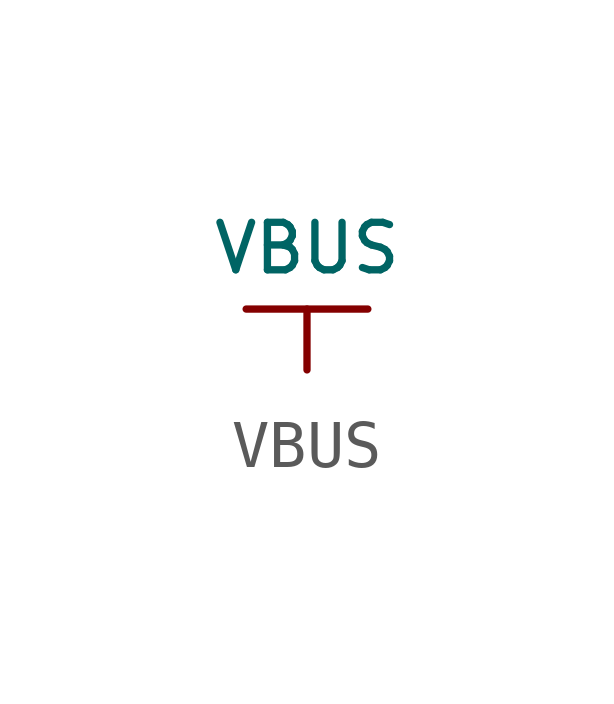
<source format=kicad_sym>
(kicad_symbol_lib
  (version 20220914)
  (generator kicad_symbol_editor)
  (symbol "VBUS"
    (power)
    (pin_numbers hide)
    (pin_names
      (offset 0) hide)
    (property "Reference" "#PWR"
      (at 0 -2.54 0)
      (effects (font (size 1.524 1.524)) hide))
    (property "Value" "VBUS"
      (at 0 1.27 0)
      (effects (font (size 0.991 0.991))))
    (property "Footprint" ""
      (at 0 0 0)
      (effects (font (size 1.524 1.524))))
    (property "Datasheet" ""
      (at 0 0 0)
      (effects (font (size 1.524 1.524))))
    (symbol "VBUS_0_1"
      (polyline (pts (xy -1.27 0) (xy 1.27 0)) (stroke (width 0) (type default)) (fill (type none))))
    (symbol "VBUS_1_1"
      (pin power_in line (at 0 -1.27 90) (length 1.27) (name "VBUS" (effects (font (size 1.27 1.27)))) (number "1" (effects (font (size 1.27 1.27))))))))
</source>
